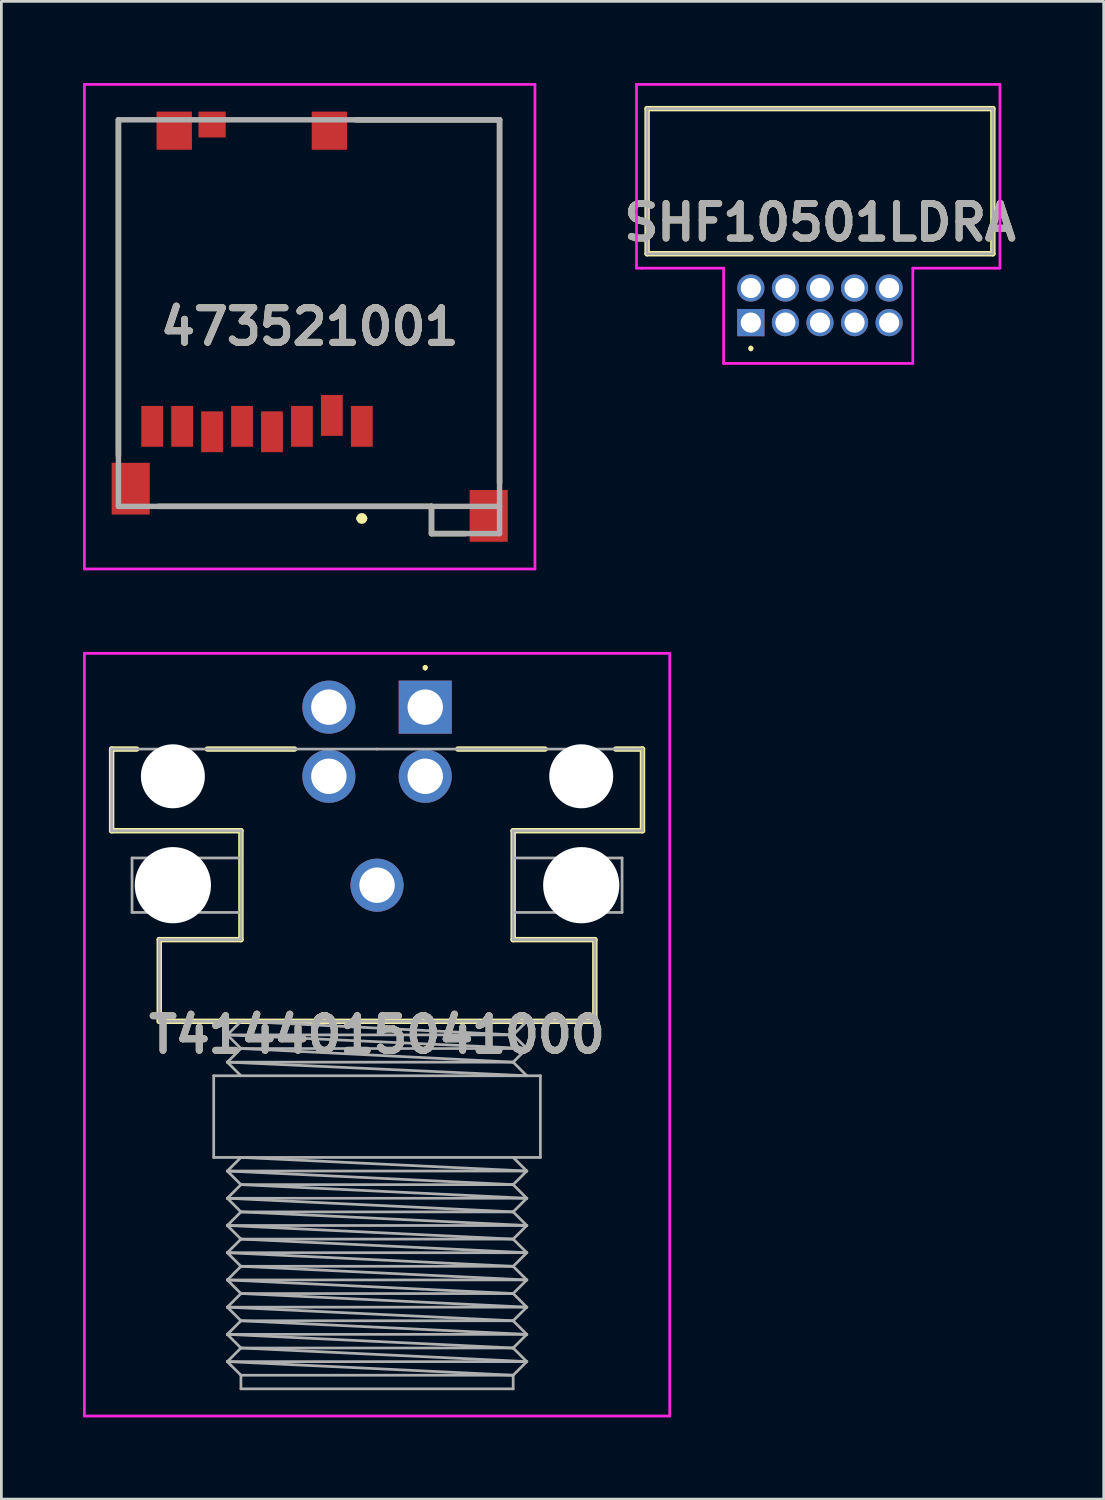
<source format=kicad_pcb>
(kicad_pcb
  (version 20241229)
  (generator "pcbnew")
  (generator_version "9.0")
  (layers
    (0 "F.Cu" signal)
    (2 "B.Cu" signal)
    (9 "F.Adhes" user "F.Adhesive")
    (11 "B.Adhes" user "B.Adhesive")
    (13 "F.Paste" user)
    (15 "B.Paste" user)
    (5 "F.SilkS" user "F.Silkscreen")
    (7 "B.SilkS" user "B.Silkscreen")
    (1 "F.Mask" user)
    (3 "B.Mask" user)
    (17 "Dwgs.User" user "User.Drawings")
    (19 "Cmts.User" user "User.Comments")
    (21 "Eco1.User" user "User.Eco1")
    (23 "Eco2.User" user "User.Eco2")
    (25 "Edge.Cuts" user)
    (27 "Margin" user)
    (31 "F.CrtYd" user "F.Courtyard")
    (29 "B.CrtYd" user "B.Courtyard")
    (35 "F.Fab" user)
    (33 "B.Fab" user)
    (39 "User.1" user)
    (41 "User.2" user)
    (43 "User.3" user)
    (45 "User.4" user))
  (footprint "T4144015041000"
    (layer "F.Cu")
    (at 12.57 22.925)
    (property "Reference" "T4144015041000" (at -1.77 12.032 0) (layer "F.SilkS") (effects (font (size 1.27 1.27) (thickness 0.254))))
    (attr through_hole)
    (fp_line (start -11.52 1.54) (end -10.6 1.54) (stroke (width 0.2) (type solid)) (layer "F.SilkS"))
    (fp_line (start -11.52 4.54) (end -11.52 1.54) (stroke (width 0.2) (type solid)) (layer "F.SilkS"))
    (fp_line (start -9.77 8.54) (end -6.77 8.54) (stroke (width 0.2) (type solid)) (layer "F.SilkS"))
    (fp_line (start -9.77 11.54) (end -9.77 8.54) (stroke (width 0.2) (type solid)) (layer "F.SilkS"))
    (fp_line (start -8 1.54) (end -4.8 1.54) (stroke (width 0.2) (type solid)) (layer "F.SilkS"))
    (fp_line (start -6.77 4.54) (end -11.52 4.54) (stroke (width 0.2) (type solid)) (layer "F.SilkS"))
    (fp_line (start -6.77 8.54) (end -6.77 4.54) (stroke (width 0.2) (type solid)) (layer "F.SilkS"))
    (fp_line (start 0 -1.5) (end 0 -1.5) (stroke (width 0.1) (type solid)) (layer "F.SilkS"))
    (fp_line (start 0 -1.4) (end 0 -1.4) (stroke (width 0.1) (type solid)) (layer "F.SilkS"))
    (fp_line (start 1.2 1.54) (end 4.4 1.54) (stroke (width 0.2) (type solid)) (layer "F.SilkS"))
    (fp_line (start 3.23 4.54) (end 3.23 8.54) (stroke (width 0.2) (type solid)) (layer "F.SilkS"))
    (fp_line (start 3.23 8.54) (end 6.23 8.54) (stroke (width 0.2) (type solid)) (layer "F.SilkS"))
    (fp_line (start 6.23 8.54) (end 6.23 11.54) (stroke (width 0.2) (type solid)) (layer "F.SilkS"))
    (fp_line (start 6.23 11.54) (end -9.77 11.54) (stroke (width 0.2) (type solid)) (layer "F.SilkS"))
    (fp_line (start 7 1.54) (end 7.98 1.54) (stroke (width 0.2) (type solid)) (layer "F.SilkS"))
    (fp_line (start 7.98 1.54) (end 7.98 4.54) (stroke (width 0.2) (type solid)) (layer "F.SilkS"))
    (fp_line (start 7.98 4.54) (end 3.23 4.54) (stroke (width 0.2) (type solid)) (layer "F.SilkS"))
    (fp_arc (start 0 -1.5) (mid 0.05 -1.45) (end 0 -1.4) (stroke (width 0.1) (type solid)) (layer "F.SilkS"))
    (fp_arc (start 0 -1.4) (mid -0.05 -1.45) (end 0 -1.5) (stroke (width 0.1) (type solid)) (layer "F.SilkS"))
    (fp_line (start -12.52 -1.975) (end 8.98 -1.975) (stroke (width 0.1) (type solid)) (layer "F.CrtYd"))
    (fp_line (start -12.52 26.04) (end -12.52 -1.975) (stroke (width 0.1) (type solid)) (layer "F.CrtYd"))
    (fp_line (start 8.98 -1.975) (end 8.98 26.04) (stroke (width 0.1) (type solid)) (layer "F.CrtYd"))
    (fp_line (start 8.98 26.04) (end -12.52 26.04) (stroke (width 0.1) (type solid)) (layer "F.CrtYd"))
    (fp_line (start -11.52 1.54) (end -1.77 1.54) (stroke (width 0.1) (type solid)) (layer "F.Fab"))
    (fp_line (start -11.52 4.54) (end -11.52 1.54) (stroke (width 0.1) (type solid)) (layer "F.Fab"))
    (fp_line (start -10.77 5.54) (end -10.77 7.54) (stroke (width 0.1) (type solid)) (layer "F.Fab"))
    (fp_line (start -10.77 7.54) (end -6.77 7.54) (stroke (width 0.1) (type solid)) (layer "F.Fab"))
    (fp_line (start -9.77 8.54) (end -6.77 8.54) (stroke (width 0.1) (type solid)) (layer "F.Fab"))
    (fp_line (start -9.77 11.54) (end -9.77 8.54) (stroke (width 0.1) (type solid)) (layer "F.Fab"))
    (fp_line (start -7.77 13.54) (end 4.23 13.54) (stroke (width 0.1) (type solid)) (layer "F.Fab"))
    (fp_line (start -7.77 16.54) (end -7.77 13.54) (stroke (width 0.1) (type solid)) (layer "F.Fab"))
    (fp_line (start -7.27 12.04) (end -6.77 12.54) (stroke (width 0.1) (type solid)) (layer "F.Fab"))
    (fp_line (start -7.27 12.04) (end 3.73 12.54) (stroke (width 0.1) (type solid)) (layer "F.Fab"))
    (fp_line (start -7.27 13.04) (end -6.77 13.54) (stroke (width 0.1) (type solid)) (layer "F.Fab"))
    (fp_line (start -7.27 13.04) (end 3.73 13.54) (stroke (width 0.1) (type solid)) (layer "F.Fab"))
    (fp_line (start -7.27 17.04) (end -6.77 17.54) (stroke (width 0.1) (type solid)) (layer "F.Fab"))
    (fp_line (start -7.27 17.04) (end 3.23 17.54) (stroke (width 0.1) (type solid)) (layer "F.Fab"))
    (fp_line (start -7.27 18.04) (end -6.77 18.54) (stroke (width 0.1) (type solid)) (layer "F.Fab"))
    (fp_line (start -7.27 18.04) (end 3.23 18.54) (stroke (width 0.1) (type solid)) (layer "F.Fab"))
    (fp_line (start -7.27 19.04) (end -6.77 19.54) (stroke (width 0.1) (type solid)) (layer "F.Fab"))
    (fp_line (start -7.27 19.04) (end 3.23 19.54) (stroke (width 0.1) (type solid)) (layer "F.Fab"))
    (fp_line (start -7.27 20.04) (end -6.77 20.54) (stroke (width 0.1) (type solid)) (layer "F.Fab"))
    (fp_line (start -7.27 20.04) (end 3.23 20.54) (stroke (width 0.1) (type solid)) (layer "F.Fab"))
    (fp_line (start -7.27 21.04) (end -6.77 21.54) (stroke (width 0.1) (type solid)) (layer "F.Fab"))
    (fp_line (start -7.27 21.04) (end 3.23 21.54) (stroke (width 0.1) (type solid)) (layer "F.Fab"))
    (fp_line (start -7.27 22.04) (end -6.77 22.54) (stroke (width 0.1) (type solid)) (layer "F.Fab"))
    (fp_line (start -7.27 22.04) (end 3.23 22.54) (stroke (width 0.1) (type solid)) (layer "F.Fab"))
    (fp_line (start -7.27 23.04) (end -6.77 23.54) (stroke (width 0.1) (type solid)) (layer "F.Fab"))
    (fp_line (start -7.27 23.04) (end 3.23 23.54) (stroke (width 0.1) (type solid)) (layer "F.Fab"))
    (fp_line (start -7.27 24.04) (end -6.77 24.54) (stroke (width 0.1) (type solid)) (layer "F.Fab"))
    (fp_line (start -7.27 24.04) (end 3.23 24.54) (stroke (width 0.1) (type solid)) (layer "F.Fab"))
    (fp_line (start -6.77 4.54) (end -11.52 4.54) (stroke (width 0.1) (type solid)) (layer "F.Fab"))
    (fp_line (start -6.77 5.54) (end -10.77 5.54) (stroke (width 0.1) (type solid)) (layer "F.Fab"))
    (fp_line (start -6.77 8.54) (end -6.77 4.54) (stroke (width 0.1) (type solid)) (layer "F.Fab"))
    (fp_line (start -6.77 11.54) (end -7.27 12.04) (stroke (width 0.1) (type solid)) (layer "F.Fab"))
    (fp_line (start -6.77 11.54) (end 3.23 12.04) (stroke (width 0.1) (type solid)) (layer "F.Fab"))
    (fp_line (start -6.77 12.54) (end -7.27 13.04) (stroke (width 0.1) (type solid)) (layer "F.Fab"))
    (fp_line (start -6.77 12.54) (end 3.23 13.04) (stroke (width 0.1) (type solid)) (layer "F.Fab"))
    (fp_line (start -6.77 16.54) (end -7.27 17.04) (stroke (width 0.1) (type solid)) (layer "F.Fab"))
    (fp_line (start -6.77 16.54) (end 3.73 17.04) (stroke (width 0.1) (type solid)) (layer "F.Fab"))
    (fp_line (start -6.77 17.54) (end -7.27 18.04) (stroke (width 0.1) (type solid)) (layer "F.Fab"))
    (fp_line (start -6.77 17.54) (end 3.73 18.04) (stroke (width 0.1) (type solid)) (layer "F.Fab"))
    (fp_line (start -6.77 18.54) (end -7.27 19.04) (stroke (width 0.1) (type solid)) (layer "F.Fab"))
    (fp_line (start -6.77 18.54) (end 3.73 19.04) (stroke (width 0.1) (type solid)) (layer "F.Fab"))
    (fp_line (start -6.77 19.54) (end -7.27 20.04) (stroke (width 0.1) (type solid)) (layer "F.Fab"))
    (fp_line (start -6.77 19.54) (end 3.73 20.04) (stroke (width 0.1) (type solid)) (layer "F.Fab"))
    (fp_line (start -6.77 20.54) (end -7.27 21.04) (stroke (width 0.1) (type solid)) (layer "F.Fab"))
    (fp_line (start -6.77 20.54) (end 3.73 21.04) (stroke (width 0.1) (type solid)) (layer "F.Fab"))
    (fp_line (start -6.77 21.54) (end -7.27 22.04) (stroke (width 0.1) (type solid)) (layer "F.Fab"))
    (fp_line (start -6.77 21.54) (end 3.73 22.04) (stroke (width 0.1) (type solid)) (layer "F.Fab"))
    (fp_line (start -6.77 22.54) (end -7.27 23.04) (stroke (width 0.1) (type solid)) (layer "F.Fab"))
    (fp_line (start -6.77 22.54) (end 3.73 23.04) (stroke (width 0.1) (type solid)) (layer "F.Fab"))
    (fp_line (start -6.77 23.54) (end -7.27 24.04) (stroke (width 0.1) (type solid)) (layer "F.Fab"))
    (fp_line (start -6.77 23.54) (end 3.73 24.04) (stroke (width 0.1) (type solid)) (layer "F.Fab"))
    (fp_line (start -6.77 24.54) (end -6.77 25.04) (stroke (width 0.1) (type solid)) (layer "F.Fab"))
    (fp_line (start -6.77 25.04) (end 3.23 25.04) (stroke (width 0.1) (type solid)) (layer "F.Fab"))
    (fp_line (start -1.77 1.54) (end 7.98 1.54) (stroke (width 0.1) (type solid)) (layer "F.Fab"))
    (fp_line (start 3.23 4.54) (end 3.23 8.54) (stroke (width 0.1) (type solid)) (layer "F.Fab"))
    (fp_line (start 3.23 5.54) (end 7.23 5.54) (stroke (width 0.1) (type solid)) (layer "F.Fab"))
    (fp_line (start 3.23 8.54) (end 6.23 8.54) (stroke (width 0.1) (type solid)) (layer "F.Fab"))
    (fp_line (start 3.23 12.04) (end -7.27 12.04) (stroke (width 0.1) (type solid)) (layer "F.Fab"))
    (fp_line (start 3.23 12.04) (end 3.73 12.54) (stroke (width 0.1) (type solid)) (layer "F.Fab"))
    (fp_line (start 3.23 13.04) (end -7.27 13.04) (stroke (width 0.1) (type solid)) (layer "F.Fab"))
    (fp_line (start 3.23 13.04) (end 3.73 13.54) (stroke (width 0.1) (type solid)) (layer "F.Fab"))
    (fp_line (start 3.23 17.54) (end -6.77 17.54) (stroke (width 0.1) (type solid)) (layer "F.Fab"))
    (fp_line (start 3.23 17.54) (end 3.73 17.04) (stroke (width 0.1) (type solid)) (layer "F.Fab"))
    (fp_line (start 3.23 18.54) (end -6.77 18.54) (stroke (width 0.1) (type solid)) (layer "F.Fab"))
    (fp_line (start 3.23 18.54) (end 3.73 18.04) (stroke (width 0.1) (type solid)) (layer "F.Fab"))
    (fp_line (start 3.23 19.54) (end -6.77 19.54) (stroke (width 0.1) (type solid)) (layer "F.Fab"))
    (fp_line (start 3.23 19.54) (end 3.73 19.04) (stroke (width 0.1) (type solid)) (layer "F.Fab"))
    (fp_line (start 3.23 20.54) (end -6.77 20.54) (stroke (width 0.1) (type solid)) (layer "F.Fab"))
    (fp_line (start 3.23 20.54) (end 3.73 20.04) (stroke (width 0.1) (type solid)) (layer "F.Fab"))
    (fp_line (start 3.23 21.54) (end -6.77 21.54) (stroke (width 0.1) (type solid)) (layer "F.Fab"))
    (fp_line (start 3.23 21.54) (end 3.73 21.04) (stroke (width 0.1) (type solid)) (layer "F.Fab"))
    (fp_line (start 3.23 22.54) (end -6.77 22.54) (stroke (width 0.1) (type solid)) (layer "F.Fab"))
    (fp_line (start 3.23 22.54) (end 3.73 22.04) (stroke (width 0.1) (type solid)) (layer "F.Fab"))
    (fp_line (start 3.23 23.54) (end -6.77 23.54) (stroke (width 0.1) (type solid)) (layer "F.Fab"))
    (fp_line (start 3.23 23.54) (end 3.73 23.04) (stroke (width 0.1) (type solid)) (layer "F.Fab"))
    (fp_line (start 3.23 24.54) (end -6.77 24.54) (stroke (width 0.1) (type solid)) (layer "F.Fab"))
    (fp_line (start 3.23 24.54) (end 3.73 24.04) (stroke (width 0.1) (type solid)) (layer "F.Fab"))
    (fp_line (start 3.23 25.04) (end 3.23 24.54) (stroke (width 0.1) (type solid)) (layer "F.Fab"))
    (fp_line (start 3.73 11.54) (end 3.23 12.04) (stroke (width 0.1) (type solid)) (layer "F.Fab"))
    (fp_line (start 3.73 12.54) (end -6.77 12.54) (stroke (width 0.1) (type solid)) (layer "F.Fab"))
    (fp_line (start 3.73 12.54) (end 3.23 13.04) (stroke (width 0.1) (type solid)) (layer "F.Fab"))
    (fp_line (start 3.73 17.04) (end -7.27 17.04) (stroke (width 0.1) (type solid)) (layer "F.Fab"))
    (fp_line (start 3.73 17.04) (end 3.23 16.54) (stroke (width 0.1) (type solid)) (layer "F.Fab"))
    (fp_line (start 3.73 18.04) (end -7.27 18.04) (stroke (width 0.1) (type solid)) (layer "F.Fab"))
    (fp_line (start 3.73 18.04) (end 3.23 17.54) (stroke (width 0.1) (type solid)) (layer "F.Fab"))
    (fp_line (start 3.73 19.04) (end -7.27 19.04) (stroke (width 0.1) (type solid)) (layer "F.Fab"))
    (fp_line (start 3.73 19.04) (end 3.23 18.54) (stroke (width 0.1) (type solid)) (layer "F.Fab"))
    (fp_line (start 3.73 20.04) (end -7.27 20.04) (stroke (width 0.1) (type solid)) (layer "F.Fab"))
    (fp_line (start 3.73 20.04) (end 3.23 19.54) (stroke (width 0.1) (type solid)) (layer "F.Fab"))
    (fp_line (start 3.73 21.04) (end -7.27 21.04) (stroke (width 0.1) (type solid)) (layer "F.Fab"))
    (fp_line (start 3.73 21.04) (end 3.23 20.54) (stroke (width 0.1) (type solid)) (layer "F.Fab"))
    (fp_line (start 3.73 22.04) (end -7.27 22.04) (stroke (width 0.1) (type solid)) (layer "F.Fab"))
    (fp_line (start 3.73 22.04) (end 3.23 21.54) (stroke (width 0.1) (type solid)) (layer "F.Fab"))
    (fp_line (start 3.73 23.04) (end -7.27 23.04) (stroke (width 0.1) (type solid)) (layer "F.Fab"))
    (fp_line (start 3.73 23.04) (end 3.23 22.54) (stroke (width 0.1) (type solid)) (layer "F.Fab"))
    (fp_line (start 3.73 24.04) (end -7.27 24.04) (stroke (width 0.1) (type solid)) (layer "F.Fab"))
    (fp_line (start 3.73 24.04) (end 3.23 23.54) (stroke (width 0.1) (type solid)) (layer "F.Fab"))
    (fp_line (start 4.23 13.54) (end 4.23 16.54) (stroke (width 0.1) (type solid)) (layer "F.Fab"))
    (fp_line (start 4.23 16.54) (end -7.77 16.54) (stroke (width 0.1) (type solid)) (layer "F.Fab"))
    (fp_line (start 6.23 8.54) (end 6.23 11.54) (stroke (width 0.1) (type solid)) (layer "F.Fab"))
    (fp_line (start 6.23 11.54) (end -9.77 11.54) (stroke (width 0.1) (type solid)) (layer "F.Fab"))
    (fp_line (start 7.23 5.54) (end 7.23 7.54) (stroke (width 0.1) (type solid)) (layer "F.Fab"))
    (fp_line (start 7.23 7.54) (end 3.23 7.54) (stroke (width 0.1) (type solid)) (layer "F.Fab"))
    (fp_line (start 7.98 1.54) (end 7.98 4.54) (stroke (width 0.1) (type solid)) (layer "F.Fab"))
    (fp_line (start 7.98 4.54) (end 3.23 4.54) (stroke (width 0.1) (type solid)) (layer "F.Fab"))
    (fp_text user "${REFERENCE}" (at -1.77 12.032 0) (layer "F.Fab") (effects (font (size 1.27 1.27) (thickness 0.254))))
    (pad "" np_thru_hole circle (at -9.27 2.54) (size 2.35 2.35) (drill 2.35) (layers "*.Cu" "*.Mask"))
    (pad "" np_thru_hole circle (at -9.27 6.54) (size 2.8 2.8) (drill 2.8) (layers "*.Cu" "*.Mask"))
    (pad "" np_thru_hole circle (at 5.73 2.54) (size 2.35 2.35) (drill 2.35) (layers "*.Cu" "*.Mask"))
    (pad "" np_thru_hole circle (at 5.73 6.54) (size 2.8 2.8) (drill 2.8) (layers "*.Cu" "*.Mask"))
    (pad "1" thru_hole rect (at 0 0) (size 1.95 1.95) (drill 1.3) (layers "*.Cu" "*.Mask"))
    (pad "2" thru_hole circle (at -3.54 0) (size 1.95 1.95) (drill 1.3) (layers "*.Cu" "*.Mask"))
    (pad "3" thru_hole circle (at -3.54 2.54) (size 1.95 1.95) (drill 1.3) (layers "*.Cu" "*.Mask"))
    (pad "4" thru_hole circle (at 0 2.54) (size 1.95 1.95) (drill 1.3) (layers "*.Cu" "*.Mask"))
    (pad "MP" thru_hole circle (at -1.77 6.54) (size 1.95 1.95) (drill 1.3) (layers "*.Cu" "*.Mask")))
  (footprint "473521001"
    (layer "F.Cu")
    (at 8.325 8.95)
    (property "Reference" "473521001" (at 0 0 0) (layer "F.SilkS") (effects (font (size 1.27 1.27) (thickness 0.254))))
    (attr smd)
    (fp_line (start -7.025 -7.6) (end -7.025 4.728) (stroke (width 0.2) (type solid)) (layer "F.SilkS"))
    (fp_line (start 1.815 7.044) (end 1.815 7.044) (stroke (width 0.2) (type solid)) (layer "F.SilkS"))
    (fp_line (start 2.015 7.044) (end 2.015 7.044) (stroke (width 0.2) (type solid)) (layer "F.SilkS"))
    (fp_line (start 4.475 6.6) (end -5.551 6.6) (stroke (width 0.2) (type solid)) (layer "F.SilkS"))
    (fp_line (start 4.475 6.6) (end 4.475 7.6) (stroke (width 0.2) (type solid)) (layer "F.SilkS"))
    (fp_line (start 4.475 7.6) (end 5.725 7.6) (stroke (width 0.2) (type solid)) (layer "F.SilkS"))
    (fp_line (start 6.975 -7.6) (end 1.702 -7.6) (stroke (width 0.2) (type solid)) (layer "F.SilkS"))
    (fp_line (start 6.975 -7.6) (end 6.975 5.742) (stroke (width 0.2) (type solid)) (layer "F.SilkS"))
    (fp_arc (start 1.815 7.044) (mid 1.915 6.944) (end 2.015 7.044) (stroke (width 0.2) (type solid)) (layer "F.SilkS"))
    (fp_arc (start 2.015 7.044) (mid 1.915 7.144) (end 1.815 7.044) (stroke (width 0.2) (type solid)) (layer "F.SilkS"))
    (fp_line (start -8.275 -8.9) (end 8.275 -8.9) (stroke (width 0.1) (type solid)) (layer "F.CrtYd"))
    (fp_line (start -8.275 8.9) (end -8.275 -8.9) (stroke (width 0.1) (type solid)) (layer "F.CrtYd"))
    (fp_line (start 8.275 -8.9) (end 8.275 8.9) (stroke (width 0.1) (type solid)) (layer "F.CrtYd"))
    (fp_line (start 8.275 8.9) (end -8.275 8.9) (stroke (width 0.1) (type solid)) (layer "F.CrtYd"))
    (fp_line (start -7.025 -7.6) (end 6.975 -7.6) (stroke (width 0.2) (type solid)) (layer "F.Fab"))
    (fp_line (start -7.025 6.6) (end -7.025 -7.6) (stroke (width 0.2) (type solid)) (layer "F.Fab"))
    (fp_line (start 4.475 7.6) (end 4.475 6.6) (stroke (width 0.2) (type solid)) (layer "F.Fab"))
    (fp_line (start 6.975 -7.6) (end 6.975 6.6) (stroke (width 0.2) (type solid)) (layer "F.Fab"))
    (fp_line (start 6.975 6.6) (end -7.025 6.6) (stroke (width 0.2) (type solid)) (layer "F.Fab"))
    (fp_line (start 6.975 6.6) (end 6.975 7.6) (stroke (width 0.2) (type solid)) (layer "F.Fab"))
    (fp_line (start 6.975 7.6) (end 4.475 7.6) (stroke (width 0.2) (type solid)) (layer "F.Fab"))
    (fp_text user "${REFERENCE}" (at 0 0 0) (layer "F.Fab") (effects (font (size 1.27 1.27) (thickness 0.254))))
    (pad "1" smd rect (at 1.915 3.66) (size 0.8 1.5) (layers "F.Cu" "F.Mask" "F.Paste"))
    (pad "2" smd rect (at 0.815 3.26) (size 0.8 1.5) (layers "F.Cu" "F.Mask" "F.Paste"))
    (pad "3" smd rect (at -0.285 3.66) (size 0.8 1.5) (layers "F.Cu" "F.Mask" "F.Paste"))
    (pad "4" smd rect (at -1.385 3.86) (size 0.8 1.5) (layers "F.Cu" "F.Mask" "F.Paste"))
    (pad "5" smd rect (at -2.485 3.66) (size 0.8 1.5) (layers "F.Cu" "F.Mask" "F.Paste"))
    (pad "6" smd rect (at -3.585 3.86) (size 0.8 1.5) (layers "F.Cu" "F.Mask" "F.Paste"))
    (pad "7" smd rect (at -4.685 3.66) (size 0.8 1.5) (layers "F.Cu" "F.Mask" "F.Paste"))
    (pad "8" smd rect (at -5.785 3.66) (size 0.8 1.5) (layers "F.Cu" "F.Mask" "F.Paste"))
    (pad "10" smd rect (at -3.585 -7.425 90) (size 0.95 1) (layers "F.Cu" "F.Mask" "F.Paste"))
    (pad "MP" smd rect (at -6.575 5.95) (size 1.4 1.9) (layers "F.Cu" "F.Mask" "F.Paste"))
    (pad "MP" smd rect (at -4.975 -7.2) (size 1.3 1.4) (layers "F.Cu" "F.Mask" "F.Paste"))
    (pad "MP" smd rect (at 0.725 -7.2) (size 1.3 1.4) (layers "F.Cu" "F.Mask" "F.Paste"))
    (pad "MP" smd rect (at 6.575 6.95) (size 1.4 1.9) (layers "F.Cu" "F.Mask" "F.Paste")))
  (footprint "SHF10501LDRA"
    (layer "F.Cu")
    (at 24.53 8.8)
    (property "Reference" "SHF10501LDRA" (at 2.54 -3.68 0) (layer "F.SilkS") (effects (font (size 1.27 1.27) (thickness 0.254))))
    (attr through_hole)
    (fp_line (start -3.81 -7.86) (end 8.89 -7.86) (stroke (width 0.2) (type solid)) (layer "F.SilkS"))
    (fp_line (start -3.81 -2.53) (end -3.81 -7.86) (stroke (width 0.2) (type solid)) (layer "F.SilkS"))
    (fp_line (start 0 0.9) (end 0 0.9) (stroke (width 0.1) (type solid)) (layer "F.SilkS"))
    (fp_line (start 0 1) (end 0 1) (stroke (width 0.1) (type solid)) (layer "F.SilkS"))
    (fp_line (start 8.89 -7.86) (end 8.89 -2.53) (stroke (width 0.2) (type solid)) (layer "F.SilkS"))
    (fp_line (start 8.89 -2.53) (end -3.81 -2.53) (stroke (width 0.2) (type solid)) (layer "F.SilkS"))
    (fp_arc (start 0 0.9) (mid 0.05 0.95) (end 0 1) (stroke (width 0.1) (type solid)) (layer "F.SilkS"))
    (fp_arc (start 0 1) (mid -0.05 0.95) (end 0 0.9) (stroke (width 0.1) (type solid)) (layer "F.SilkS"))
    (fp_line (start -4.2 -8.75) (end 9.15 -8.75) (stroke (width 0.1) (type solid)) (layer "F.CrtYd"))
    (fp_line (start -4.2 -2) (end -4.2 -8.75) (stroke (width 0.1) (type solid)) (layer "F.CrtYd"))
    (fp_line (start -4 -2) (end -4.2 -2) (stroke (width 0.1) (type default)) (layer "F.CrtYd"))
    (fp_line (start -1 -2) (end -4 -2) (stroke (width 0.1) (type default)) (layer "F.CrtYd"))
    (fp_line (start -1 1.5) (end -1 -2) (stroke (width 0.1) (type default)) (layer "F.CrtYd"))
    (fp_line (start 5.95 -2) (end 8.95 -2) (stroke (width 0.1) (type default)) (layer "F.CrtYd"))
    (fp_line (start 5.95 1.5) (end -1 1.5) (stroke (width 0.1) (type solid)) (layer "F.CrtYd"))
    (fp_line (start 5.95 1.5) (end 5.95 -2) (stroke (width 0.1) (type default)) (layer "F.CrtYd"))
    (fp_line (start 8.95 -2) (end 9.15 -2) (stroke (width 0.1) (type default)) (layer "F.CrtYd"))
    (fp_line (start 9.15 -8.75) (end 9.15 -2) (stroke (width 0.1) (type solid)) (layer "F.CrtYd"))
    (fp_line (start -3.81 -7.86) (end 8.89 -7.86) (stroke (width 0.1) (type solid)) (layer "F.Fab"))
    (fp_line (start -3.81 -2.53) (end -3.81 -7.86) (stroke (width 0.1) (type solid)) (layer "F.Fab"))
    (fp_line (start 8.89 -7.86) (end 8.89 -2.53) (stroke (width 0.1) (type solid)) (layer "F.Fab"))
    (fp_line (start 8.89 -2.53) (end -3.81 -2.53) (stroke (width 0.1) (type solid)) (layer "F.Fab"))
    (fp_text user "${REFERENCE}" (at 2.54 -3.68 0) (layer "F.Fab") (effects (font (size 1.27 1.27) (thickness 0.254))))
    (pad "1" thru_hole rect (at 0 0) (size 1 1) (drill 0.74) (layers "*.Cu" "*.Mask"))
    (pad "2" thru_hole circle (at 0 -1.27) (size 1 1) (drill 0.74) (layers "*.Cu" "*.Mask"))
    (pad "3" thru_hole circle (at 1.27 0) (size 1 1) (drill 0.74) (layers "*.Cu" "*.Mask"))
    (pad "4" thru_hole circle (at 1.27 -1.27) (size 1 1) (drill 0.74) (layers "*.Cu" "*.Mask"))
    (pad "5" thru_hole circle (at 2.54 0) (size 1 1) (drill 0.74) (layers "*.Cu" "*.Mask"))
    (pad "6" thru_hole circle (at 2.54 -1.27) (size 1 1) (drill 0.74) (layers "*.Cu" "*.Mask"))
    (pad "7" thru_hole circle (at 3.81 0) (size 1 1) (drill 0.74) (layers "*.Cu" "*.Mask"))
    (pad "8" thru_hole circle (at 3.81 -1.27) (size 1 1) (drill 0.74) (layers "*.Cu" "*.Mask"))
    (pad "9" thru_hole circle (at 5.08 0) (size 1 1) (drill 0.74) (layers "*.Cu" "*.Mask"))
    (pad "10" thru_hole circle (at 5.08 -1.27) (size 1 1) (drill 0.74) (layers "*.Cu" "*.Mask")))
  (gr_rect
    (start -3 -3)
    (end 37.491 52.015)
    (stroke (width 0.1) (type default))
    (fill no)
    (layer "Edge.Cuts")))
</source>
